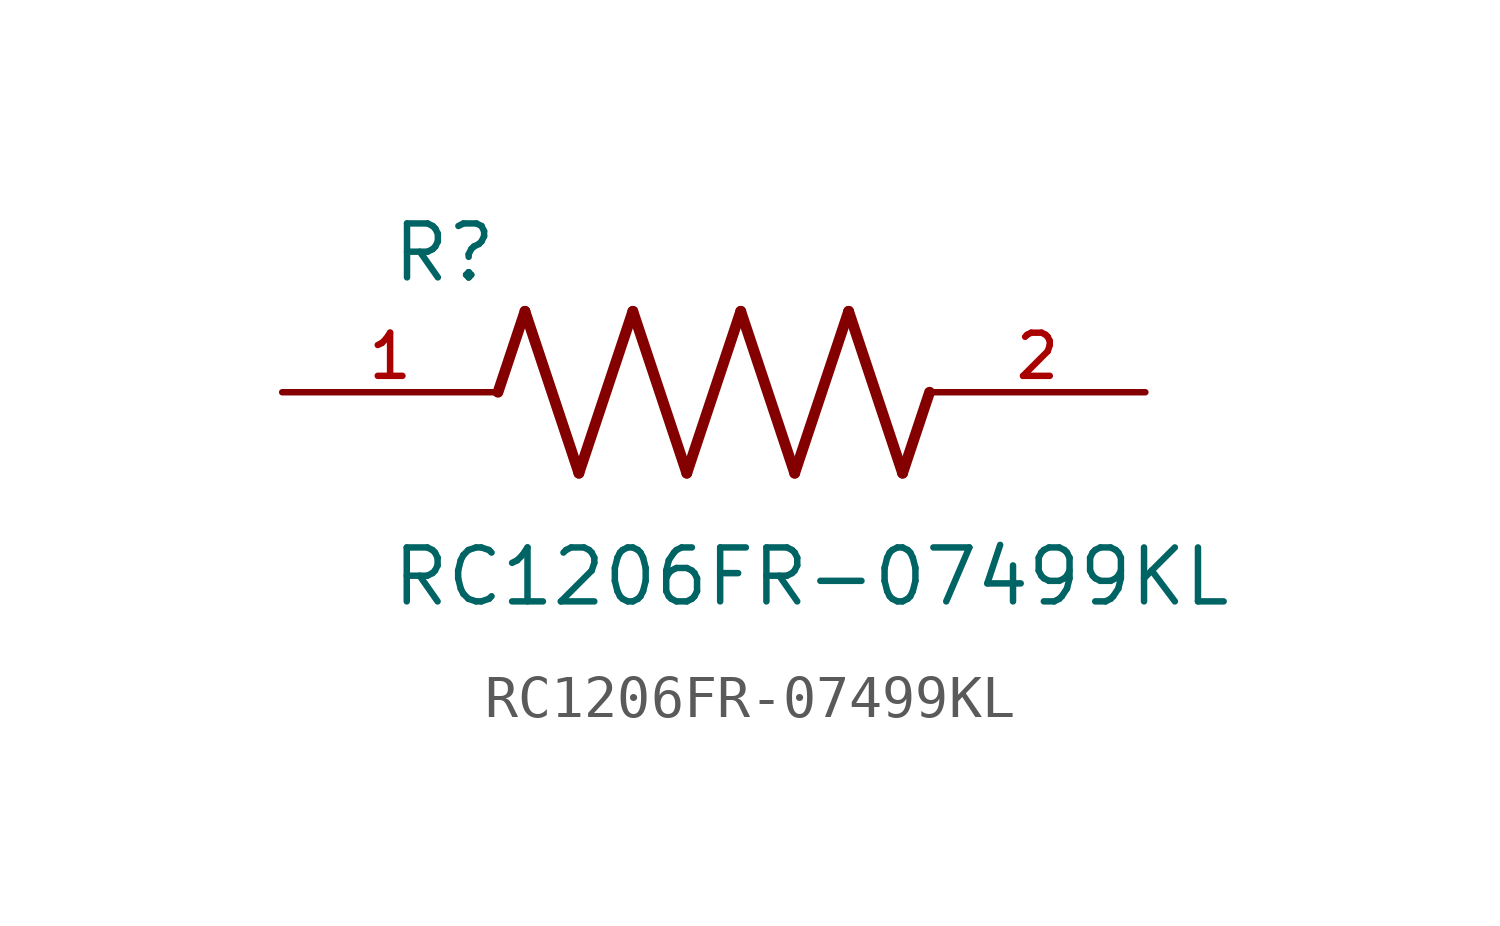
<source format=kicad_sym>
(kicad_symbol_lib
  (version 20211014)
  (generator kicad_symbol_editor)
  (symbol "RC1206FR-07499KL"
    (pin_names
      (offset 1.016))
    (property "Reference" "R"
      (at -7.624 2.541 0)
      (effects (font (size 1.27 1.27)) (justify bottom left)))
    (property "Value" "RC1206FR-07499KL"
      (at -7.63 -5.087 0)
      (effects (font (size 1.27 1.27)) (justify bottom left)))
    (symbol "RC1206FR-07499KL_0_0"
      (polyline (pts (xy -5.08 0.0) (xy -4.445 1.905)) (stroke (width 0.254)))
      (polyline (pts (xy -4.445 1.905) (xy -3.175 -1.905)) (stroke (width 0.254)))
      (polyline (pts (xy -3.175 -1.905) (xy -1.905 1.905)) (stroke (width 0.254)))
      (polyline (pts (xy -1.905 1.905) (xy -0.635 -1.905)) (stroke (width 0.254)))
      (polyline (pts (xy -0.635 -1.905) (xy 0.635 1.905)) (stroke (width 0.254)))
      (polyline (pts (xy 0.635 1.905) (xy 1.905 -1.905)) (stroke (width 0.254)))
      (polyline (pts (xy 1.905 -1.905) (xy 3.175 1.905)) (stroke (width 0.254)))
      (polyline (pts (xy 3.175 1.905) (xy 4.445 -1.905)) (stroke (width 0.254)))
      (polyline (pts (xy 4.445 -1.905) (xy 5.08 0.0)) (stroke (width 0.254)))
      (pin passive line (at -10.16 0.0 0) (length 5.08) (name "~" (effects (font (size 1.016 1.016)))) (number "1" (effects (font (size 1.016 1.016)))))
      (pin passive line (at 10.16 0.0 180.0) (length 5.08) (name "~" (effects (font (size 1.016 1.016)))) (number "2" (effects (font (size 1.016 1.016))))))))
</source>
